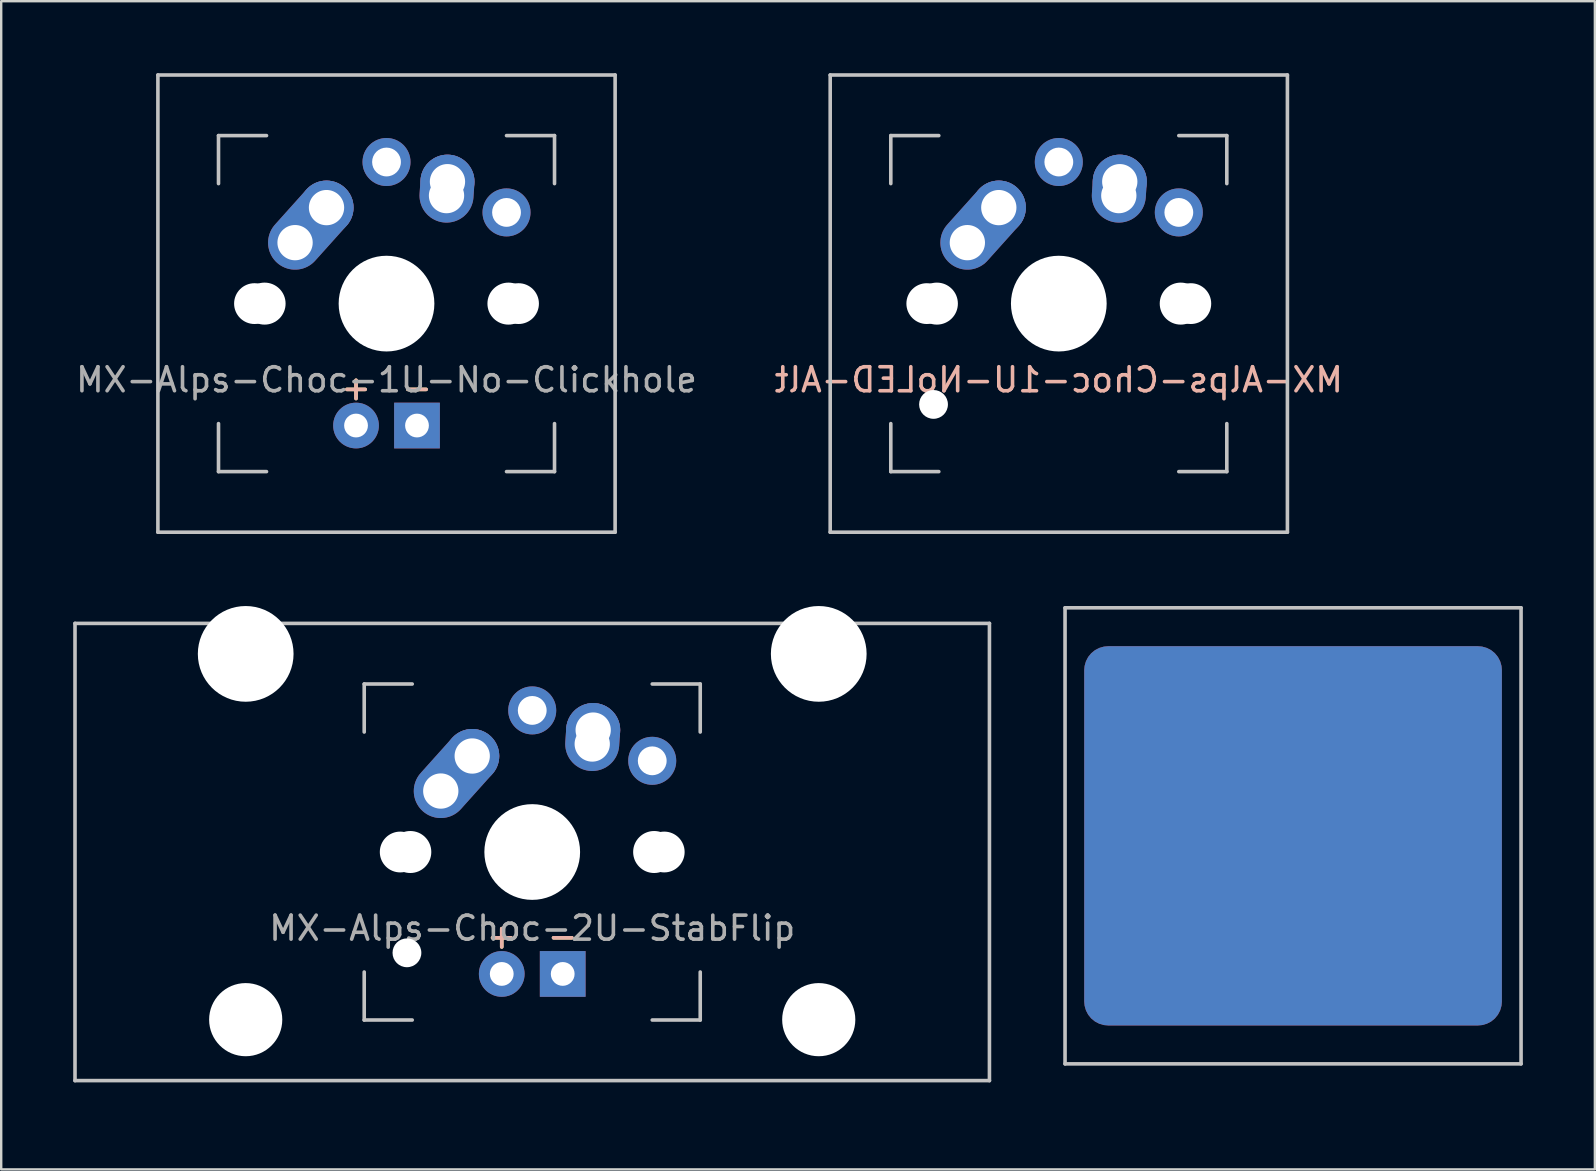
<source format=kicad_pcb>
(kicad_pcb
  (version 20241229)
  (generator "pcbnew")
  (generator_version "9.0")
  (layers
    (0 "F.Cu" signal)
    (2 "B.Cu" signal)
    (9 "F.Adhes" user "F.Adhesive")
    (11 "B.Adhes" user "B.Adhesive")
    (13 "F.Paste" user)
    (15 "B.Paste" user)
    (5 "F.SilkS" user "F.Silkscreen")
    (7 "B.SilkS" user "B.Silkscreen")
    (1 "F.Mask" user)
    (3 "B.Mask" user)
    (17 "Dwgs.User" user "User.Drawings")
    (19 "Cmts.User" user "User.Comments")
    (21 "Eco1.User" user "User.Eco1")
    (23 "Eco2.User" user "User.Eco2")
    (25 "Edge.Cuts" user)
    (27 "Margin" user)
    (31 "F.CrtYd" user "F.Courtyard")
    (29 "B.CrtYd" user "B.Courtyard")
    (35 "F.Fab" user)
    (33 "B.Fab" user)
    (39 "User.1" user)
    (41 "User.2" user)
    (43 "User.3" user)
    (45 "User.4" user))
  (footprint "MX-Alps-Choc-2U-StabFlip"
    (layer "F.Cu")
    (at 19.125 32.449)
    (property "Reference" "MX-Alps-Choc-2U-StabFlip" (at 0 3.175 0) (layer "F.Fab") (effects (font (size 1 1) (thickness 0.15))))
    (attr through_hole)
    (fp_line (start -19.05 -9.525) (end 19.05 -9.525) (stroke (width 0.15) (type solid)) (layer "Dwgs.User"))
    (fp_line (start -19.05 9.525) (end -19.05 -9.525) (stroke (width 0.15) (type solid)) (layer "Dwgs.User"))
    (fp_line (start -7 -7) (end -7 -5) (stroke (width 0.15) (type solid)) (layer "Dwgs.User"))
    (fp_line (start -7 5) (end -7 7) (stroke (width 0.15) (type solid)) (layer "Dwgs.User"))
    (fp_line (start -7 7) (end -5 7) (stroke (width 0.15) (type solid)) (layer "Dwgs.User"))
    (fp_line (start -5 -7) (end -7 -7) (stroke (width 0.15) (type solid)) (layer "Dwgs.User"))
    (fp_line (start 5 -7) (end 7 -7) (stroke (width 0.15) (type solid)) (layer "Dwgs.User"))
    (fp_line (start 5 7) (end 7 7) (stroke (width 0.15) (type solid)) (layer "Dwgs.User"))
    (fp_line (start 7 -7) (end 7 -5) (stroke (width 0.15) (type solid)) (layer "Dwgs.User"))
    (fp_line (start 7 7) (end 7 5) (stroke (width 0.15) (type solid)) (layer "Dwgs.User"))
    (fp_line (start 19.05 -9.525) (end 19.05 9.525) (stroke (width 0.15) (type solid)) (layer "Dwgs.User"))
    (fp_line (start 19.05 9.525) (end -19.05 9.525) (stroke (width 0.15) (type solid)) (layer "Dwgs.User"))
    (fp_text user "+" (at -1.27 3.5 0) (layer "F.SilkS") (effects (font (size 1 1) (thickness 0.15))))
    (fp_text user "-" (at 1.27 3.5 0) (layer "F.SilkS") (effects (font (size 1 1) (thickness 0.15))))
    (fp_text user "+" (at -1.27 3.5 0) (layer "B.SilkS") (effects (font (size 1 1) (thickness 0.15))))
    (fp_text user "-" (at 1.27 3.5 0) (layer "B.SilkS") (effects (font (size 1 1) (thickness 0.15))))
    (pad "" np_thru_hole circle (at -11.938 -8.255) (size 3.988 3.988) (drill 3.988) (layers "*.Cu" "*.Mask"))
    (pad "" np_thru_hole circle (at -11.938 6.985) (size 3.048 3.048) (drill 3.048) (layers "*.Cu" "*.Mask"))
    (pad "" np_thru_hole circle (at -5.5 0 48.1) (size 1.7 1.7) (drill 1.7) (layers "*.Cu" "*.Mask"))
    (pad "" np_thru_hole circle (at -5.22 4.2 48.1) (size 1.2 1.2) (drill 1.2) (layers "*.Cu" "*.Mask"))
    (pad "" np_thru_hole circle (at -5.08 0 48.1) (size 1.75 1.75) (drill 1.75) (layers "*.Cu" "*.Mask"))
    (pad "" np_thru_hole circle (at 0 0) (size 3.988 3.988) (drill 3.988) (layers "*.Cu" "*.Mask"))
    (pad "" np_thru_hole circle (at 5.08 0 48.1) (size 1.75 1.75) (drill 1.75) (layers "*.Cu" "*.Mask"))
    (pad "" np_thru_hole circle (at 5.5 0 48.1) (size 1.7 1.7) (drill 1.7) (layers "*.Cu" "*.Mask"))
    (pad "" np_thru_hole circle (at 11.938 -8.255) (size 3.988 3.988) (drill 3.988) (layers "*.Cu" "*.Mask"))
    (pad "" np_thru_hole circle (at 11.938 6.985) (size 3.048 3.048) (drill 3.048) (layers "*.Cu" "*.Mask"))
    (pad "1" thru_hole oval (at -3.81 -2.54 48.1) (size 4.212 2.25) (drill 1.47 (offset 0.981 0)) (layers "*.Cu" "*.Mask"))
    (pad "1" thru_hole circle (at -2.5 -4) (size 2.25 2.25) (drill 1.47) (layers "*.Cu" "*.Mask"))
    (pad "1" thru_hole circle (at 0 -5.9) (size 2 2) (drill 1.2) (layers "*.Cu" "*.Mask"))
    (pad "2" thru_hole oval (at 2.5 -4.5 86.1) (size 2.831 2.25) (drill 1.47 (offset 0.291 0)) (layers "*.Cu" "*.Mask"))
    (pad "2" thru_hole circle (at 2.54 -5.08) (size 2.25 2.25) (drill 1.47) (layers "*.Cu" "*.Mask"))
    (pad "2" thru_hole circle (at 5 -3.8) (size 2 2) (drill 1.2) (layers "*.Cu" "*.Mask"))
    (pad "3" thru_hole circle (at -1.27 5.08) (size 1.905 1.905) (drill 0.991) (layers "*.Cu" "*.Mask"))
    (pad "4" thru_hole rect (at 1.27 5.08) (size 1.905 1.905) (drill 0.991) (layers "*.Cu" "*.Mask")))
  (footprint "MX-Alps-Choc-1U-No-Clickhole"
    (layer "F.Cu")
    (at 13.054 9.6)
    (property "Reference" "MX-Alps-Choc-1U-No-Clickhole" (at 0 3.175 0) (layer "F.Fab") (effects (font (size 1 1) (thickness 0.15))))
    (attr through_hole)
    (fp_line (start -9.525 -9.525) (end 9.525 -9.525) (stroke (width 0.15) (type solid)) (layer "Dwgs.User"))
    (fp_line (start -9.525 9.525) (end -9.525 -9.525) (stroke (width 0.15) (type solid)) (layer "Dwgs.User"))
    (fp_line (start -7 -7) (end -7 -5) (stroke (width 0.15) (type solid)) (layer "Dwgs.User"))
    (fp_line (start -7 5) (end -7 7) (stroke (width 0.15) (type solid)) (layer "Dwgs.User"))
    (fp_line (start -7 7) (end -5 7) (stroke (width 0.15) (type solid)) (layer "Dwgs.User"))
    (fp_line (start -5 -7) (end -7 -7) (stroke (width 0.15) (type solid)) (layer "Dwgs.User"))
    (fp_line (start 5 -7) (end 7 -7) (stroke (width 0.15) (type solid)) (layer "Dwgs.User"))
    (fp_line (start 5 7) (end 7 7) (stroke (width 0.15) (type solid)) (layer "Dwgs.User"))
    (fp_line (start 7 -7) (end 7 -5) (stroke (width 0.15) (type solid)) (layer "Dwgs.User"))
    (fp_line (start 7 7) (end 7 5) (stroke (width 0.15) (type solid)) (layer "Dwgs.User"))
    (fp_line (start 9.525 -9.525) (end 9.525 9.525) (stroke (width 0.15) (type solid)) (layer "Dwgs.User"))
    (fp_line (start 9.525 9.525) (end -9.525 9.525) (stroke (width 0.15) (type solid)) (layer "Dwgs.User"))
    (fp_text user "-" (at 1.27 3.5 0) (layer "F.SilkS") (effects (font (size 1 1) (thickness 0.15))))
    (fp_text user "+" (at -1.27 3.5 0) (layer "F.SilkS") (effects (font (size 1 1) (thickness 0.15))))
    (fp_text user "+" (at -1.27 3.5 0) (layer "B.SilkS") (effects (font (size 1 1) (thickness 0.15))))
    (fp_text user "-" (at 1.27 3.5 0) (layer "B.SilkS") (effects (font (size 1 1) (thickness 0.15))))
    (pad "" np_thru_hole circle (at -5.5 0 48.1) (size 1.7 1.7) (drill 1.7) (layers "*.Cu" "*.Mask"))
    (pad "" np_thru_hole circle (at -5.08 0 48.1) (size 1.75 1.75) (drill 1.75) (layers "*.Cu" "*.Mask"))
    (pad "" np_thru_hole circle (at 0 0) (size 3.988 3.988) (drill 3.988) (layers "*.Cu" "*.Mask"))
    (pad "" np_thru_hole circle (at 5.08 0 48.1) (size 1.75 1.75) (drill 1.75) (layers "*.Cu" "*.Mask"))
    (pad "" np_thru_hole circle (at 5.5 0 48.1) (size 1.7 1.7) (drill 1.7) (layers "*.Cu" "*.Mask"))
    (pad "1" thru_hole oval (at -3.81 -2.54 48.1) (size 4.212 2.25) (drill 1.47 (offset 0.981 0)) (layers "*.Cu" "*.Mask"))
    (pad "1" thru_hole circle (at -2.5 -4) (size 2.25 2.25) (drill 1.47) (layers "*.Cu" "*.Mask"))
    (pad "1" thru_hole circle (at 0 -5.9) (size 2 2) (drill 1.2) (layers "*.Cu" "*.Mask"))
    (pad "2" thru_hole oval (at 2.5 -4.5 86.1) (size 2.831 2.25) (drill 1.47 (offset 0.291 0)) (layers "*.Cu" "*.Mask"))
    (pad "2" thru_hole circle (at 2.54 -5.08) (size 2.25 2.25) (drill 1.47) (layers "*.Cu" "*.Mask"))
    (pad "2" thru_hole circle (at 5 -3.8) (size 2 2) (drill 1.2) (layers "*.Cu" "*.Mask"))
    (pad "3" thru_hole circle (at -1.27 5.08) (size 1.905 1.905) (drill 0.991) (layers "*.Cu" "*.Mask"))
    (pad "4" thru_hole rect (at 1.27 5.08) (size 1.905 1.905) (drill 0.991) (layers "*.Cu" "*.Mask")))
  (footprint "MX-Alps-Choc-1U-NoLED-Alt"
    (layer "F.Cu")
    (at 41.065 9.6)
    (property "Reference" "MX-Alps-Choc-1U-NoLED-Alt" (at 0 3.175 0) (layer "B.SilkS") (effects (font (size 1 1) (thickness 0.15)) (justify mirror)))
    (attr through_hole)
    (fp_line (start -9.525 -9.525) (end 9.525 -9.525) (stroke (width 0.15) (type solid)) (layer "Dwgs.User"))
    (fp_line (start -9.525 9.525) (end -9.525 -9.525) (stroke (width 0.15) (type solid)) (layer "Dwgs.User"))
    (fp_line (start -7 -7) (end -7 -5) (stroke (width 0.15) (type solid)) (layer "Dwgs.User"))
    (fp_line (start -7 5) (end -7 7) (stroke (width 0.15) (type solid)) (layer "Dwgs.User"))
    (fp_line (start -7 7) (end -5 7) (stroke (width 0.15) (type solid)) (layer "Dwgs.User"))
    (fp_line (start -5 -7) (end -7 -7) (stroke (width 0.15) (type solid)) (layer "Dwgs.User"))
    (fp_line (start 5 -7) (end 7 -7) (stroke (width 0.15) (type solid)) (layer "Dwgs.User"))
    (fp_line (start 5 7) (end 7 7) (stroke (width 0.15) (type solid)) (layer "Dwgs.User"))
    (fp_line (start 7 -7) (end 7 -5) (stroke (width 0.15) (type solid)) (layer "Dwgs.User"))
    (fp_line (start 7 7) (end 7 5) (stroke (width 0.15) (type solid)) (layer "Dwgs.User"))
    (fp_line (start 9.525 -9.525) (end 9.525 9.525) (stroke (width 0.15) (type solid)) (layer "Dwgs.User"))
    (fp_line (start 9.525 9.525) (end -9.525 9.525) (stroke (width 0.15) (type solid)) (layer "Dwgs.User"))
    (pad "" np_thru_hole circle (at -5.5 0 48.1) (size 1.7 1.7) (drill 1.7) (layers "*.Cu" "*.Mask"))
    (pad "" np_thru_hole circle (at -5.22 4.2 48.1) (size 1.2 1.2) (drill 1.2) (layers "*.Cu" "*.Mask"))
    (pad "" np_thru_hole circle (at -5.08 0 48.1) (size 1.75 1.75) (drill 1.75) (layers "*.Cu" "*.Mask"))
    (pad "" np_thru_hole circle (at 0 0) (size 3.988 3.988) (drill 3.988) (layers "*.Cu" "*.Mask"))
    (pad "" np_thru_hole circle (at 5.08 0 48.1) (size 1.75 1.75) (drill 1.75) (layers "*.Cu" "*.Mask"))
    (pad "" np_thru_hole circle (at 5.5 0 48.1) (size 1.7 1.7) (drill 1.7) (layers "*.Cu" "*.Mask"))
    (pad "1" thru_hole circle (at 0 -5.9) (size 2 2) (drill 1.2) (layers "*.Cu" "*.Mask"))
    (pad "1" thru_hole oval (at 2.5 -4.5 86.1) (size 2.831 2.25) (drill 1.47 (offset 0.291 0)) (layers "*.Cu" "*.Mask"))
    (pad "1" thru_hole circle (at 2.54 -5.08) (size 2.25 2.25) (drill 1.47) (layers "*.Cu" "*.Mask"))
    (pad "2" thru_hole oval (at -3.81 -2.54 48.1) (size 4.212 2.25) (drill 1.47 (offset 0.981 0)) (layers "*.Cu" "*.Mask"))
    (pad "2" thru_hole circle (at -2.5 -4) (size 2.25 2.25) (drill 1.47) (layers "*.Cu" "*.Mask"))
    (pad "2" thru_hole circle (at 5 -3.8) (size 2 2) (drill 1.2) (layers "*.Cu" "*.Mask")))
  (footprint "MX-Alps_DMask"
    (layer "F.Cu")
    (at 50.825 31.775)
    (property "Reference" "MX-Alps_DMask" (at 0.25 10.05 0) (layer "Eco2.User") (effects (font (size 1 1) (thickness 0.15))))
    (attr through_hole)
    (fp_line (start -9.5 -9.5) (end 9.5 -9.5) (stroke (width 0.15) (type solid)) (layer "Dwgs.User"))
    (fp_line (start -9.5 9.5) (end -9.5 -9.5) (stroke (width 0.15) (type solid)) (layer "Dwgs.User"))
    (fp_line (start 9.5 -9.5) (end 9.5 9.5) (stroke (width 0.15) (type solid)) (layer "Dwgs.User"))
    (fp_line (start 9.5 9.5) (end -9.5 9.5) (stroke (width 0.15) (type solid)) (layer "Dwgs.User"))
    (pad "1" smd roundrect (at 0 0 180) (size 17.4 15.8) (layers "F.Cu" "F.Mask") (roundrect_rratio 0.063))
    (pad "1" smd roundrect (at 0 0 180) (size 17.4 15.8) (layers "B.Cu" "B.Mask") (roundrect_rratio 0.063)))
  (gr_rect
    (start -3 -3)
    (end 63.4 45.673)
    (stroke (width 0.1) (type default))
    (fill no)
    (layer "Edge.Cuts")))
</source>
